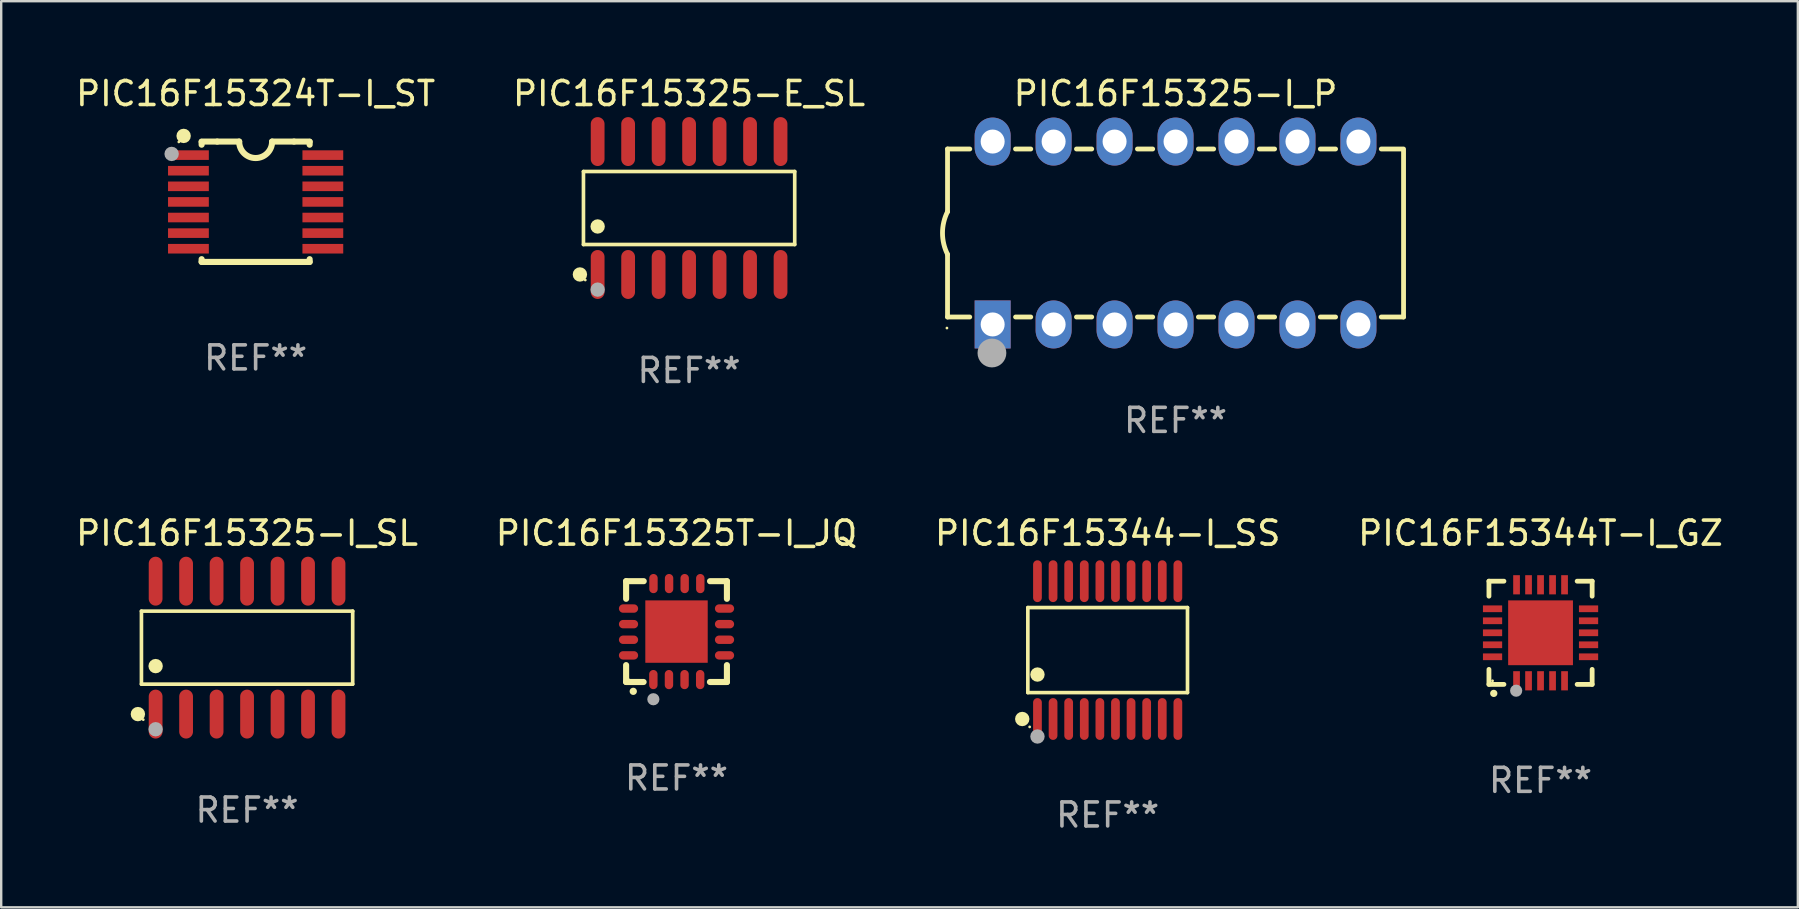
<source format=kicad_pcb>
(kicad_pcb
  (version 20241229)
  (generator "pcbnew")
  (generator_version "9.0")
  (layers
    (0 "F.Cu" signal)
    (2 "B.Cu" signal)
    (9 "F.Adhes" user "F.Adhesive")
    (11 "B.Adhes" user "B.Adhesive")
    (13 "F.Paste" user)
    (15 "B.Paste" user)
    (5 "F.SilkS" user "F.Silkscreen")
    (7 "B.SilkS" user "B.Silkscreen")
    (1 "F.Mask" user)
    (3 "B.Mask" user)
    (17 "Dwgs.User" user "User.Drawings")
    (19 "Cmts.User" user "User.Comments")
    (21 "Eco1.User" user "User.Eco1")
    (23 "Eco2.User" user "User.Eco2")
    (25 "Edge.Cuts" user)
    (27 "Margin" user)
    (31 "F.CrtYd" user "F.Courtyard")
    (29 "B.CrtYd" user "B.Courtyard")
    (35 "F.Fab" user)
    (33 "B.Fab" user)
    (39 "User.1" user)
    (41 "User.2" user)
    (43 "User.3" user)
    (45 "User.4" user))
  (footprint "PIC16F15324T-I_ST"
    (layer "F.Cu")
    (at 7.601 5.356)
    (property "Reference" "PIC16F15324T-I_ST" (at 0 -4.507 0) (layer "F.SilkS") (effects (font (size 1 1) (thickness 0.15))))
    (attr through_hole)
    (fp_line (start -2.25 -2.377) (end -2.25 -2.493) (stroke (width 0.254) (type solid)) (layer "F.SilkS"))
    (fp_line (start -2.25 2.507) (end -2.25 2.392) (stroke (width 0.254) (type solid)) (layer "F.SilkS"))
    (fp_line (start -1.6 -2.507) (end -2.25 -2.507) (stroke (width 0.254) (type solid)) (layer "F.SilkS"))
    (fp_line (start -1.6 -2.507) (end -0.686 -2.507) (stroke (width 0.254) (type solid)) (layer "F.SilkS"))
    (fp_line (start 0.686 -2.507) (end 1.6 -2.507) (stroke (width 0.254) (type solid)) (layer "F.SilkS"))
    (fp_line (start 1.6 -2.507) (end 2.25 -2.507) (stroke (width 0.254) (type solid)) (layer "F.SilkS"))
    (fp_line (start 2.25 -2.493) (end 2.25 -2.377) (stroke (width 0.254) (type solid)) (layer "F.SilkS"))
    (fp_line (start 2.25 2.392) (end 2.25 2.507) (stroke (width 0.254) (type solid)) (layer "F.SilkS"))
    (fp_line (start 2.25 2.507) (end -2.25 2.507) (stroke (width 0.254) (type solid)) (layer "F.SilkS"))
    (fp_arc (start 0.685852 -2.507303) (mid 0.000051 -1.821502) (end -0.68575 -2.507303) (stroke (width 0.254001) (type solid)) (layer "F.SilkS"))
    (fp_circle (center -3.2 -2.493) (end -3.17 -2.493) (stroke (width 0.06) (type solid)) (fill no) (layer "F.SilkS"))
    (fp_circle (center -3 -2.743) (end -2.85 -2.743) (stroke (width 0.3) (type solid)) (fill no) (layer "F.SilkS"))
    (fp_circle (center -3.5 -1.993) (end -3.35 -1.993) (stroke (width 0.3) (type solid)) (fill no) (layer "F.Fab"))
    (fp_text user "REF**" (at 0 6.507 0) (layer "F.Fab") (effects (font (size 1 1) (thickness 0.15))))
    (pad "1" smd rect (at -2.8 -1.943) (size 1.7 0.4) (layers "F.Cu" "F.Mask" "F.Paste"))
    (pad "2" smd rect (at -2.8 -1.293) (size 1.7 0.4) (layers "F.Cu" "F.Mask" "F.Paste"))
    (pad "3" smd rect (at -2.8 -0.643) (size 1.7 0.4) (layers "F.Cu" "F.Mask" "F.Paste"))
    (pad "4" smd rect (at -2.8 0.007) (size 1.7 0.4) (layers "F.Cu" "F.Mask" "F.Paste"))
    (pad "5" smd rect (at -2.8 0.657) (size 1.7 0.4) (layers "F.Cu" "F.Mask" "F.Paste"))
    (pad "6" smd rect (at -2.8 1.307) (size 1.7 0.4) (layers "F.Cu" "F.Mask" "F.Paste"))
    (pad "7" smd rect (at -2.8 1.957) (size 1.7 0.4) (layers "F.Cu" "F.Mask" "F.Paste"))
    (pad "8" smd rect (at 2.8 1.957) (size 1.7 0.4) (layers "F.Cu" "F.Mask" "F.Paste"))
    (pad "9" smd rect (at 2.8 1.307) (size 1.7 0.4) (layers "F.Cu" "F.Mask" "F.Paste"))
    (pad "10" smd rect (at 2.8 0.657) (size 1.7 0.4) (layers "F.Cu" "F.Mask" "F.Paste"))
    (pad "11" smd rect (at 2.8 0.007) (size 1.7 0.4) (layers "F.Cu" "F.Mask" "F.Paste"))
    (pad "12" smd rect (at 2.8 -0.643) (size 1.7 0.4) (layers "F.Cu" "F.Mask" "F.Paste"))
    (pad "13" smd rect (at 2.8 -1.293) (size 1.7 0.4) (layers "F.Cu" "F.Mask" "F.Paste"))
    (pad "14" smd rect (at 2.8 -1.943) (size 1.7 0.4) (layers "F.Cu" "F.Mask" "F.Paste")))
  (footprint "PIC16F15325T-I_JQ"
    (layer "F.Cu")
    (at 25.137 23.265)
    (property "Reference" "PIC16F15325T-I_JQ" (at 0 -4.1 0) (layer "F.SilkS") (effects (font (size 1 1) (thickness 0.15))))
    (attr through_hole)
    (fp_line (start -2.1 -2.1) (end -1.366 -2.1) (stroke (width 0.254) (type solid)) (layer "F.SilkS"))
    (fp_line (start -2.1 -1.366) (end -2.1 -2.1) (stroke (width 0.254) (type solid)) (layer "F.SilkS"))
    (fp_line (start -2.1 2.1) (end -2.1 1.397) (stroke (width 0.254) (type solid)) (layer "F.SilkS"))
    (fp_line (start -2.1 2.1) (end -1.371 2.1) (stroke (width 0.254) (type solid)) (layer "F.SilkS"))
    (fp_line (start 1.392 2.1) (end 2.1 2.1) (stroke (width 0.254) (type solid)) (layer "F.SilkS"))
    (fp_line (start 1.397 -2.1) (end 2.1 -2.1) (stroke (width 0.254) (type solid)) (layer "F.SilkS"))
    (fp_line (start 2.1 -1.366) (end 2.1 -2.1) (stroke (width 0.254) (type solid)) (layer "F.SilkS"))
    (fp_line (start 2.1 2.1) (end 2.1 1.397) (stroke (width 0.254) (type solid)) (layer "F.SilkS"))
    (fp_arc (start -1.803404 2.489205) (mid -1.802134 2.4892) (end -1.800864 2.489205) (stroke (width 0.3) (type solid)) (layer "F.SilkS"))
    (fp_circle (center -2 2) (end -1.97 2) (stroke (width 0.06) (type solid)) (fill no) (layer "F.SilkS"))
    (fp_circle (center -0.965 2.819) (end -0.838 2.819) (stroke (width 0.254) (type solid)) (fill no) (layer "F.Fab"))
    (fp_text user "REF**" (at 0 6.1 0) (layer "F.Fab") (effects (font (size 1 1) (thickness 0.15))))
    (pad "1" smd oval (at -0.965 2) (size 0.35 0.8) (layers "F.Cu" "F.Mask" "F.Paste"))
    (pad "2" smd oval (at -0.315 2) (size 0.35 0.8) (layers "F.Cu" "F.Mask" "F.Paste"))
    (pad "3" smd oval (at 0.335 2) (size 0.35 0.8) (layers "F.Cu" "F.Mask" "F.Paste"))
    (pad "4" smd oval (at 0.986 2) (size 0.35 0.8) (layers "F.Cu" "F.Mask" "F.Paste"))
    (pad "5" smd oval (at 2 0.991 90) (size 0.35 0.8) (layers "F.Cu" "F.Mask" "F.Paste"))
    (pad "6" smd oval (at 2 0.34 90) (size 0.35 0.8) (layers "F.Cu" "F.Mask" "F.Paste"))
    (pad "7" smd oval (at 2 -0.31 90) (size 0.35 0.8) (layers "F.Cu" "F.Mask" "F.Paste"))
    (pad "8" smd oval (at 2 -0.96 90) (size 0.35 0.8) (layers "F.Cu" "F.Mask" "F.Paste"))
    (pad "9" smd oval (at 0.991 -2) (size 0.35 0.8) (layers "F.Cu" "F.Mask" "F.Paste"))
    (pad "10" smd oval (at 0.34 -2) (size 0.35 0.8) (layers "F.Cu" "F.Mask" "F.Paste"))
    (pad "11" smd oval (at -0.31 -2) (size 0.35 0.8) (layers "F.Cu" "F.Mask" "F.Paste"))
    (pad "12" smd oval (at -0.96 -2) (size 0.35 0.8) (layers "F.Cu" "F.Mask" "F.Paste"))
    (pad "13" smd oval (at -2 -0.96 90) (size 0.35 0.8) (layers "F.Cu" "F.Mask" "F.Paste"))
    (pad "14" smd oval (at -2 -0.31 90) (size 0.35 0.8) (layers "F.Cu" "F.Mask" "F.Paste"))
    (pad "15" smd oval (at -2 0.34 90) (size 0.35 0.8) (layers "F.Cu" "F.Mask" "F.Paste"))
    (pad "16" smd oval (at -2 0.991 90) (size 0.35 0.8) (layers "F.Cu" "F.Mask" "F.Paste"))
    (pad "17" smd rect (at 0 0 90) (size 2.6 2.6) (layers "F.Cu" "F.Mask" "F.Paste")))
  (footprint "PIC16F15344T-I_GZ"
    (layer "F.Cu")
    (at 61.137 23.315)
    (property "Reference" "PIC16F15344T-I_GZ" (at 0 -4.15 0) (layer "F.SilkS") (effects (font (size 1 1) (thickness 0.15))))
    (attr through_hole)
    (fp_line (start -2.15 -2.15) (end -2.15 -1.525) (stroke (width 0.2) (type solid)) (layer "F.SilkS"))
    (fp_line (start -2.15 2.15) (end -2.15 1.525) (stroke (width 0.2) (type solid)) (layer "F.SilkS"))
    (fp_line (start -1.525 -2.15) (end -2.15 -2.15) (stroke (width 0.2) (type solid)) (layer "F.SilkS"))
    (fp_line (start -1.525 2.15) (end -2.15 2.15) (stroke (width 0.2) (type solid)) (layer "F.SilkS"))
    (fp_line (start 1.525 2.15) (end 2.15 2.15) (stroke (width 0.2) (type solid)) (layer "F.SilkS"))
    (fp_line (start 2.15 -2.15) (end 1.525 -2.15) (stroke (width 0.2) (type solid)) (layer "F.SilkS"))
    (fp_line (start 2.15 -1.525) (end 2.15 -2.15) (stroke (width 0.2) (type solid)) (layer "F.SilkS"))
    (fp_line (start 2.15 2.15) (end 2.15 1.525) (stroke (width 0.2) (type solid)) (layer "F.SilkS"))
    (fp_arc (start -1.950724 2.524765) (mid -1.949454 2.52476) (end -1.948184 2.524765) (stroke (width 0.3) (type solid)) (layer "F.SilkS"))
    (fp_circle (center -2 2) (end -1.97 2) (stroke (width 0.06) (type solid)) (fill no) (layer "F.SilkS"))
    (fp_circle (center -1.016 2.413) (end -0.889 2.413) (stroke (width 0.254) (type solid)) (fill no) (layer "F.Fab"))
    (fp_text user "REF**" (at 0 6.15 0) (layer "F.Fab") (effects (font (size 1 1) (thickness 0.15))))
    (pad "1" smd rect (at -1 2 180) (size 0.28 0.8) (layers "F.Cu" "F.Mask" "F.Paste"))
    (pad "2" smd rect (at -0.5 2 180) (size 0.28 0.8) (layers "F.Cu" "F.Mask" "F.Paste"))
    (pad "3" smd rect (at 0 2 180) (size 0.28 0.8) (layers "F.Cu" "F.Mask" "F.Paste"))
    (pad "4" smd rect (at 0.5 2 180) (size 0.28 0.8) (layers "F.Cu" "F.Mask" "F.Paste"))
    (pad "5" smd rect (at 1 2 180) (size 0.28 0.8) (layers "F.Cu" "F.Mask" "F.Paste"))
    (pad "6" smd rect (at 2 1 90) (size 0.28 0.8) (layers "F.Cu" "F.Mask" "F.Paste"))
    (pad "7" smd rect (at 2 0.5 90) (size 0.28 0.8) (layers "F.Cu" "F.Mask" "F.Paste"))
    (pad "8" smd rect (at 2 0 90) (size 0.28 0.8) (layers "F.Cu" "F.Mask" "F.Paste"))
    (pad "9" smd rect (at 2 -0.5 90) (size 0.28 0.8) (layers "F.Cu" "F.Mask" "F.Paste"))
    (pad "10" smd rect (at 2 -1 90) (size 0.28 0.8) (layers "F.Cu" "F.Mask" "F.Paste"))
    (pad "11" smd rect (at 1 -2 180) (size 0.28 0.8) (layers "F.Cu" "F.Mask" "F.Paste"))
    (pad "12" smd rect (at 0.5 -2 180) (size 0.28 0.8) (layers "F.Cu" "F.Mask" "F.Paste"))
    (pad "13" smd rect (at 0 -2 180) (size 0.28 0.8) (layers "F.Cu" "F.Mask" "F.Paste"))
    (pad "14" smd rect (at -0.5 -2 180) (size 0.28 0.8) (layers "F.Cu" "F.Mask" "F.Paste"))
    (pad "15" smd rect (at -1 -2 180) (size 0.28 0.8) (layers "F.Cu" "F.Mask" "F.Paste"))
    (pad "16" smd rect (at -2 -1 90) (size 0.28 0.8) (layers "F.Cu" "F.Mask" "F.Paste"))
    (pad "17" smd rect (at -2 -0.5 90) (size 0.28 0.8) (layers "F.Cu" "F.Mask" "F.Paste"))
    (pad "18" smd rect (at -2 0 90) (size 0.28 0.8) (layers "F.Cu" "F.Mask" "F.Paste"))
    (pad "19" smd rect (at -2 0.5 90) (size 0.28 0.8) (layers "F.Cu" "F.Mask" "F.Paste"))
    (pad "20" smd rect (at -2 1 90) (size 0.28 0.8) (layers "F.Cu" "F.Mask" "F.Paste"))
    (pad "21" smd rect (at 0 0 90) (size 2.7 2.7) (layers "F.Cu" "F.Mask" "F.Paste")))
  (footprint "PIC16F15344-I_SS"
    (layer "F.Cu")
    (at 43.101 24.036)
    (property "Reference" "PIC16F15344-I_SS" (at 0 -4.871 0) (layer "F.SilkS") (effects (font (size 1 1) (thickness 0.15))))
    (attr through_hole)
    (fp_line (start -3.326 -1.771) (end 3.326 -1.771) (stroke (width 0.152) (type solid)) (layer "F.SilkS"))
    (fp_line (start -3.326 1.771) (end -3.326 -1.771) (stroke (width 0.152) (type solid)) (layer "F.SilkS"))
    (fp_line (start 3.326 -1.771) (end 3.326 1.771) (stroke (width 0.152) (type solid)) (layer "F.SilkS"))
    (fp_line (start 3.326 1.771) (end -3.326 1.771) (stroke (width 0.152) (type solid)) (layer "F.SilkS"))
    (fp_circle (center -3.559 2.871) (end -3.409 2.871) (stroke (width 0.3) (type solid)) (fill no) (layer "F.SilkS"))
    (fp_circle (center -3.25 3.2) (end -3.22 3.2) (stroke (width 0.06) (type solid)) (fill no) (layer "F.SilkS"))
    (fp_circle (center -2.925 1.019) (end -2.775 1.019) (stroke (width 0.3) (type solid)) (fill no) (layer "F.SilkS"))
    (fp_circle (center -2.925 3.6) (end -2.775 3.6) (stroke (width 0.3) (type solid)) (fill no) (layer "F.Fab"))
    (fp_text user "REF**" (at 0 6.871 0) (layer "F.Fab") (effects (font (size 1 1) (thickness 0.15))))
    (pad "1" smd oval (at -2.925 2.871) (size 0.364 1.742) (layers "F.Cu" "F.Mask" "F.Paste"))
    (pad "2" smd oval (at -2.275 2.871) (size 0.364 1.742) (layers "F.Cu" "F.Mask" "F.Paste"))
    (pad "3" smd oval (at -1.625 2.871) (size 0.364 1.742) (layers "F.Cu" "F.Mask" "F.Paste"))
    (pad "4" smd oval (at -0.975 2.871) (size 0.364 1.742) (layers "F.Cu" "F.Mask" "F.Paste"))
    (pad "5" smd oval (at -0.325 2.871) (size 0.364 1.742) (layers "F.Cu" "F.Mask" "F.Paste"))
    (pad "6" smd oval (at 0.325 2.871) (size 0.364 1.742) (layers "F.Cu" "F.Mask" "F.Paste"))
    (pad "7" smd oval (at 0.975 2.871) (size 0.364 1.742) (layers "F.Cu" "F.Mask" "F.Paste"))
    (pad "8" smd oval (at 1.625 2.871) (size 0.364 1.742) (layers "F.Cu" "F.Mask" "F.Paste"))
    (pad "9" smd oval (at 2.275 2.871) (size 0.364 1.742) (layers "F.Cu" "F.Mask" "F.Paste"))
    (pad "10" smd oval (at 2.925 2.871) (size 0.364 1.742) (layers "F.Cu" "F.Mask" "F.Paste"))
    (pad "11" smd oval (at 2.925 -2.871) (size 0.364 1.742) (layers "F.Cu" "F.Mask" "F.Paste"))
    (pad "12" smd oval (at 2.275 -2.871) (size 0.364 1.742) (layers "F.Cu" "F.Mask" "F.Paste"))
    (pad "13" smd oval (at 1.625 -2.871) (size 0.364 1.742) (layers "F.Cu" "F.Mask" "F.Paste"))
    (pad "14" smd oval (at 0.975 -2.871) (size 0.364 1.742) (layers "F.Cu" "F.Mask" "F.Paste"))
    (pad "15" smd oval (at 0.325 -2.871) (size 0.364 1.742) (layers "F.Cu" "F.Mask" "F.Paste"))
    (pad "16" smd oval (at -0.325 -2.871) (size 0.364 1.742) (layers "F.Cu" "F.Mask" "F.Paste"))
    (pad "17" smd oval (at -0.975 -2.871) (size 0.364 1.742) (layers "F.Cu" "F.Mask" "F.Paste"))
    (pad "18" smd oval (at -1.625 -2.871) (size 0.364 1.742) (layers "F.Cu" "F.Mask" "F.Paste"))
    (pad "19" smd oval (at -2.275 -2.871) (size 0.364 1.742) (layers "F.Cu" "F.Mask" "F.Paste"))
    (pad "20" smd oval (at -2.925 -2.871) (size 0.364 1.742) (layers "F.Cu" "F.Mask" "F.Paste")))
  (footprint "PIC16F15325-I_SL"
    (layer "F.Cu")
    (at 7.244 23.934)
    (property "Reference" "PIC16F15325-I_SL" (at 0 -4.769 0) (layer "F.SilkS") (effects (font (size 1 1) (thickness 0.15))))
    (attr through_hole)
    (fp_line (start -4.401 -1.521) (end 4.401 -1.521) (stroke (width 0.152) (type solid)) (layer "F.SilkS"))
    (fp_line (start -4.401 1.521) (end -4.401 -1.521) (stroke (width 0.152) (type solid)) (layer "F.SilkS"))
    (fp_line (start 4.401 -1.521) (end 4.401 1.521) (stroke (width 0.152) (type solid)) (layer "F.SilkS"))
    (fp_line (start 4.401 1.521) (end -4.401 1.521) (stroke (width 0.152) (type solid)) (layer "F.SilkS"))
    (fp_circle (center -4.549 2.769) (end -4.399 2.769) (stroke (width 0.3) (type solid)) (fill no) (layer "F.SilkS"))
    (fp_circle (center -4.325 3) (end -4.295 3) (stroke (width 0.06) (type solid)) (fill no) (layer "F.SilkS"))
    (fp_circle (center -3.81 0.769) (end -3.66 0.769) (stroke (width 0.3) (type solid)) (fill no) (layer "F.SilkS"))
    (fp_circle (center -3.81 3.4) (end -3.66 3.4) (stroke (width 0.3) (type solid)) (fill no) (layer "F.Fab"))
    (fp_text user "REF**" (at 0 6.769 0) (layer "F.Fab") (effects (font (size 1 1) (thickness 0.15))))
    (pad "1" smd oval (at -3.81 2.769) (size 0.574 2.038) (layers "F.Cu" "F.Mask" "F.Paste"))
    (pad "2" smd oval (at -2.54 2.769) (size 0.574 2.038) (layers "F.Cu" "F.Mask" "F.Paste"))
    (pad "3" smd oval (at -1.27 2.769) (size 0.574 2.038) (layers "F.Cu" "F.Mask" "F.Paste"))
    (pad "4" smd oval (at 0 2.769) (size 0.574 2.038) (layers "F.Cu" "F.Mask" "F.Paste"))
    (pad "5" smd oval (at 1.27 2.769) (size 0.574 2.038) (layers "F.Cu" "F.Mask" "F.Paste"))
    (pad "6" smd oval (at 2.54 2.769) (size 0.574 2.038) (layers "F.Cu" "F.Mask" "F.Paste"))
    (pad "7" smd oval (at 3.81 2.769) (size 0.574 2.038) (layers "F.Cu" "F.Mask" "F.Paste"))
    (pad "8" smd oval (at 3.81 -2.769) (size 0.574 2.038) (layers "F.Cu" "F.Mask" "F.Paste"))
    (pad "9" smd oval (at 2.54 -2.769) (size 0.574 2.038) (layers "F.Cu" "F.Mask" "F.Paste"))
    (pad "10" smd oval (at 1.27 -2.769) (size 0.574 2.038) (layers "F.Cu" "F.Mask" "F.Paste"))
    (pad "11" smd oval (at 0 -2.769) (size 0.574 2.038) (layers "F.Cu" "F.Mask" "F.Paste"))
    (pad "12" smd oval (at -1.27 -2.769) (size 0.574 2.038) (layers "F.Cu" "F.Mask" "F.Paste"))
    (pad "13" smd oval (at -2.54 -2.769) (size 0.574 2.038) (layers "F.Cu" "F.Mask" "F.Paste"))
    (pad "14" smd oval (at -3.81 -2.769) (size 0.574 2.038) (layers "F.Cu" "F.Mask" "F.Paste")))
  (footprint "PIC16F15325-E_SL"
    (layer "F.Cu")
    (at 25.661 5.617)
    (property "Reference" "PIC16F15325-E_SL" (at 0 -4.769 0) (layer "F.SilkS") (effects (font (size 1 1) (thickness 0.15))))
    (attr through_hole)
    (fp_line (start -4.401 -1.521) (end 4.401 -1.521) (stroke (width 0.152) (type solid)) (layer "F.SilkS"))
    (fp_line (start -4.401 1.521) (end -4.401 -1.521) (stroke (width 0.152) (type solid)) (layer "F.SilkS"))
    (fp_line (start 4.401 -1.521) (end 4.401 1.521) (stroke (width 0.152) (type solid)) (layer "F.SilkS"))
    (fp_line (start 4.401 1.521) (end -4.401 1.521) (stroke (width 0.152) (type solid)) (layer "F.SilkS"))
    (fp_circle (center -4.549 2.769) (end -4.399 2.769) (stroke (width 0.3) (type solid)) (fill no) (layer "F.SilkS"))
    (fp_circle (center -4.325 3) (end -4.295 3) (stroke (width 0.06) (type solid)) (fill no) (layer "F.SilkS"))
    (fp_circle (center -3.81 0.769) (end -3.66 0.769) (stroke (width 0.3) (type solid)) (fill no) (layer "F.SilkS"))
    (fp_circle (center -3.81 3.4) (end -3.66 3.4) (stroke (width 0.3) (type solid)) (fill no) (layer "F.Fab"))
    (fp_text user "REF**" (at 0 6.769 0) (layer "F.Fab") (effects (font (size 1 1) (thickness 0.15))))
    (pad "1" smd oval (at -3.81 2.769) (size 0.574 2.038) (layers "F.Cu" "F.Mask" "F.Paste"))
    (pad "2" smd oval (at -2.54 2.769) (size 0.574 2.038) (layers "F.Cu" "F.Mask" "F.Paste"))
    (pad "3" smd oval (at -1.27 2.769) (size 0.574 2.038) (layers "F.Cu" "F.Mask" "F.Paste"))
    (pad "4" smd oval (at 0 2.769) (size 0.574 2.038) (layers "F.Cu" "F.Mask" "F.Paste"))
    (pad "5" smd oval (at 1.27 2.769) (size 0.574 2.038) (layers "F.Cu" "F.Mask" "F.Paste"))
    (pad "6" smd oval (at 2.54 2.769) (size 0.574 2.038) (layers "F.Cu" "F.Mask" "F.Paste"))
    (pad "7" smd oval (at 3.81 2.769) (size 0.574 2.038) (layers "F.Cu" "F.Mask" "F.Paste"))
    (pad "8" smd oval (at 3.81 -2.769) (size 0.574 2.038) (layers "F.Cu" "F.Mask" "F.Paste"))
    (pad "9" smd oval (at 2.54 -2.769) (size 0.574 2.038) (layers "F.Cu" "F.Mask" "F.Paste"))
    (pad "10" smd oval (at 1.27 -2.769) (size 0.574 2.038) (layers "F.Cu" "F.Mask" "F.Paste"))
    (pad "11" smd oval (at 0 -2.769) (size 0.574 2.038) (layers "F.Cu" "F.Mask" "F.Paste"))
    (pad "12" smd oval (at -1.27 -2.769) (size 0.574 2.038) (layers "F.Cu" "F.Mask" "F.Paste"))
    (pad "13" smd oval (at -2.54 -2.769) (size 0.574 2.038) (layers "F.Cu" "F.Mask" "F.Paste"))
    (pad "14" smd oval (at -3.81 -2.769) (size 0.574 2.038) (layers "F.Cu" "F.Mask" "F.Paste")))
  (footprint "PIC16F15325-I_P"
    (layer "F.Cu")
    (at 45.929 6.658)
    (property "Reference" "PIC16F15325-I_P" (at 0 -5.81 0) (layer "F.SilkS") (effects (font (size 1 1) (thickness 0.15))))
    (attr through_hole)
    (fp_line (start -9.5 -3.5) (end -9.5 -0.889) (stroke (width 0.2) (type solid)) (layer "F.SilkS"))
    (fp_line (start -9.5 -3.5) (end -8.572 -3.5) (stroke (width 0.2) (type solid)) (layer "F.SilkS"))
    (fp_line (start -9.5 3.5) (end -9.5 0.889) (stroke (width 0.2) (type solid)) (layer "F.SilkS"))
    (fp_line (start -9.5 3.5) (end -8.574 3.5) (stroke (width 0.2) (type solid)) (layer "F.SilkS"))
    (fp_line (start -6.668 -3.5) (end -6.032 -3.5) (stroke (width 0.2) (type solid)) (layer "F.SilkS"))
    (fp_line (start -6.666 3.5) (end -6.032 3.5) (stroke (width 0.2) (type solid)) (layer "F.SilkS"))
    (fp_line (start -4.128 -3.5) (end -3.492 -3.5) (stroke (width 0.2) (type solid)) (layer "F.SilkS"))
    (fp_line (start -4.128 3.5) (end -3.492 3.5) (stroke (width 0.2) (type solid)) (layer "F.SilkS"))
    (fp_line (start -1.588 -3.5) (end -0.952 -3.5) (stroke (width 0.2) (type solid)) (layer "F.SilkS"))
    (fp_line (start -1.588 3.5) (end -0.952 3.5) (stroke (width 0.2) (type solid)) (layer "F.SilkS"))
    (fp_line (start 0.952 -3.5) (end 1.588 -3.5) (stroke (width 0.2) (type solid)) (layer "F.SilkS"))
    (fp_line (start 0.952 3.5) (end 1.588 3.5) (stroke (width 0.2) (type solid)) (layer "F.SilkS"))
    (fp_line (start 3.492 -3.5) (end 4.128 -3.5) (stroke (width 0.2) (type solid)) (layer "F.SilkS"))
    (fp_line (start 3.492 3.5) (end 4.128 3.5) (stroke (width 0.2) (type solid)) (layer "F.SilkS"))
    (fp_line (start 6.032 -3.5) (end 6.668 -3.5) (stroke (width 0.2) (type solid)) (layer "F.SilkS"))
    (fp_line (start 6.032 3.5) (end 6.668 3.5) (stroke (width 0.2) (type solid)) (layer "F.SilkS"))
    (fp_line (start 8.572 -3.5) (end 9.5 -3.5) (stroke (width 0.2) (type solid)) (layer "F.SilkS"))
    (fp_line (start 8.572 3.5) (end 9.5 3.5) (stroke (width 0.2) (type solid)) (layer "F.SilkS"))
    (fp_line (start 9.5 3.5) (end 9.5 -3.429) (stroke (width 0.2) (type solid)) (layer "F.SilkS"))
    (fp_arc (start -9.499619 0.889001) (mid -9.709623 0.000047) (end -9.500025 -0.889002) (stroke (width 0.2) (type solid)) (layer "F.SilkS"))
    (fp_circle (center -9.525 3.96) (end -9.495 3.96) (stroke (width 0.06) (type solid)) (fill no) (layer "F.SilkS"))
    (fp_circle (center -7.65 5) (end -7.35 5) (stroke (width 0.6) (type solid)) (fill no) (layer "F.Fab"))
    (fp_text user "REF**" (at 0 7.81 0) (layer "F.Fab") (effects (font (size 1 1) (thickness 0.15))))
    (pad "1" thru_hole rect (at -7.62 3.81 90) (size 2 1.5) (drill 1) (layers "*.Cu" "*.Mask"))
    (pad "2" thru_hole oval (at -5.08 3.81 90) (size 2 1.5) (drill 1) (layers "*.Cu" "*.Mask"))
    (pad "3" thru_hole oval (at -2.54 3.81 90) (size 2 1.5) (drill 1) (layers "*.Cu" "*.Mask"))
    (pad "4" thru_hole oval (at 0 3.81 90) (size 2 1.5) (drill 1) (layers "*.Cu" "*.Mask"))
    (pad "5" thru_hole oval (at 2.54 3.81 90) (size 2 1.5) (drill 1) (layers "*.Cu" "*.Mask"))
    (pad "6" thru_hole oval (at 5.08 3.81 90) (size 2 1.5) (drill 1) (layers "*.Cu" "*.Mask"))
    (pad "7" thru_hole oval (at 7.62 3.81 90) (size 2 1.5) (drill 1) (layers "*.Cu" "*.Mask"))
    (pad "8" thru_hole oval (at 7.62 -3.81 90) (size 2 1.5) (drill 1) (layers "*.Cu" "*.Mask"))
    (pad "9" thru_hole oval (at 5.08 -3.81 90) (size 2 1.5) (drill 1) (layers "*.Cu" "*.Mask"))
    (pad "10" thru_hole oval (at 2.54 -3.81 90) (size 2 1.5) (drill 1) (layers "*.Cu" "*.Mask"))
    (pad "11" thru_hole oval (at 0 -3.81 90) (size 2 1.5) (drill 1) (layers "*.Cu" "*.Mask"))
    (pad "12" thru_hole oval (at -2.54 -3.81 90) (size 2 1.5) (drill 1) (layers "*.Cu" "*.Mask"))
    (pad "13" thru_hole oval (at -5.08 -3.81 90) (size 2 1.5) (drill 1) (layers "*.Cu" "*.Mask"))
    (pad "14" thru_hole oval (at -7.62 -3.81 90) (size 2 1.5) (drill 1) (layers "*.Cu" "*.Mask")))
  (gr_rect
    (start -3 -3)
    (end 71.857 34.755)
    (stroke (width 0.1) (type default))
    (fill no)
    (layer "Edge.Cuts")))
</source>
